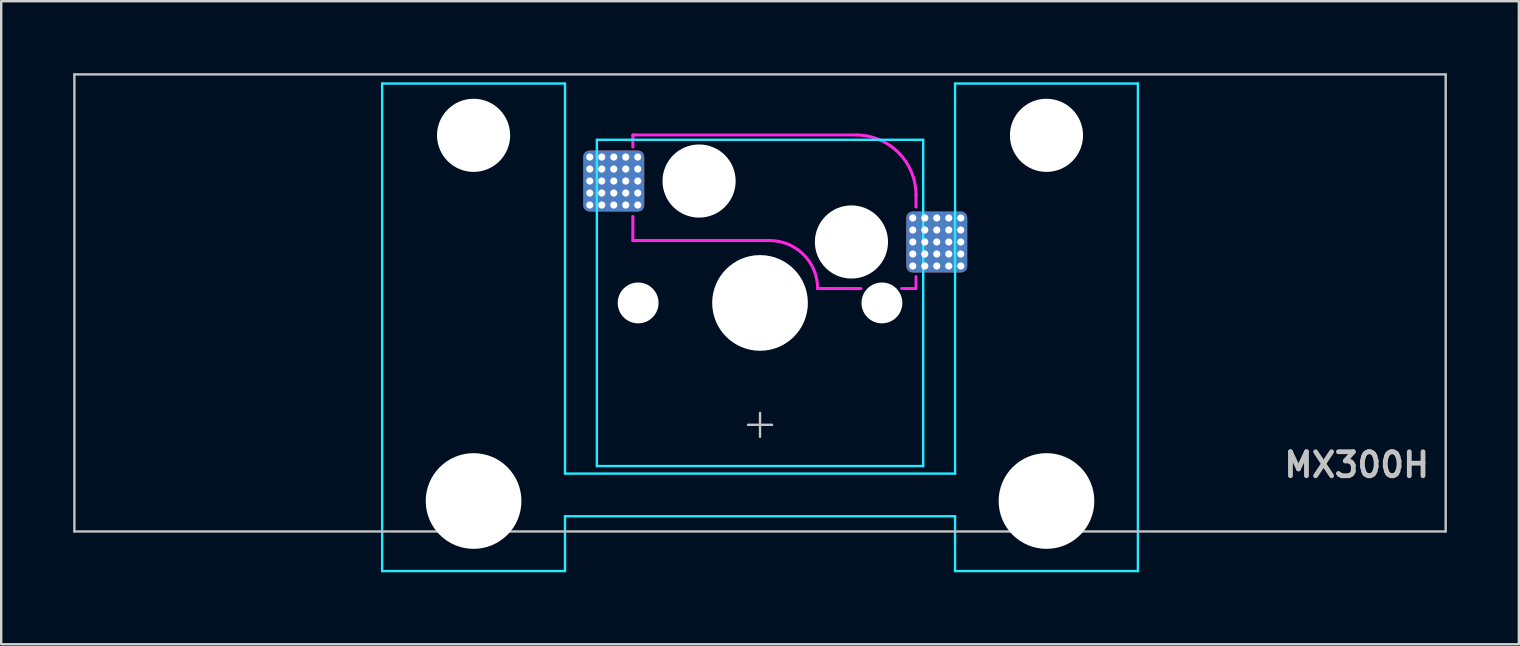
<source format=kicad_pcb>
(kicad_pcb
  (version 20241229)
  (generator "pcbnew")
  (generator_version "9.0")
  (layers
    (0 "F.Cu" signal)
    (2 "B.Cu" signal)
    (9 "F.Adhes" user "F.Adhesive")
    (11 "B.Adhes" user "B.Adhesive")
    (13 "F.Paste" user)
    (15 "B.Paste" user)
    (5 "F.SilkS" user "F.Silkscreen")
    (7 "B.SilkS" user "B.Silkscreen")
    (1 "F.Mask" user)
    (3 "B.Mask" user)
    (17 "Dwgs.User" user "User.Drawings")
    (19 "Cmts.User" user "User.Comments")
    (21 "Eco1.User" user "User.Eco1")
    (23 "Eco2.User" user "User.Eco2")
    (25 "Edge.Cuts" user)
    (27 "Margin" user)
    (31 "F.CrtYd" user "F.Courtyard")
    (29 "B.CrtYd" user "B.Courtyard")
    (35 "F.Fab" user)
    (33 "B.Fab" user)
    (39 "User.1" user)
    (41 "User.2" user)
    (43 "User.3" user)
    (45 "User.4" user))
  (footprint "MX300H"
    (layer "F.Cu")
    (at 28.625 9.575)
    (property "Reference" "MX300H" (at 28 6.75 0) (layer "Dwgs.User") (effects (font (size 1 1) (thickness 0.2)) (justify right)))
    (attr smd)
    (fp_line (start -28.575 -9.525) (end -28.575 9.525) (stroke (width 0.1) (type solid)) (layer "Dwgs.User"))
    (fp_line (start -28.575 -9.525) (end 28.575 -9.525) (stroke (width 0.1) (type solid)) (layer "Dwgs.User"))
    (fp_line (start -28.575 9.525) (end 28.575 9.525) (stroke (width 0.1) (type solid)) (layer "Dwgs.User"))
    (fp_line (start -0.5 5.08) (end 0.5 5.08) (stroke (width 0.1) (type solid)) (layer "Dwgs.User"))
    (fp_line (start 0 4.58) (end 0 5.58) (stroke (width 0.1) (type solid)) (layer "Dwgs.User"))
    (fp_line (start 28.575 -9.525) (end 28.575 9.525) (stroke (width 0.1) (type solid)) (layer "Dwgs.User"))
    (fp_line (start -15.438 -5.485) (end -15.438 8.515) (stroke (width 0.1) (type solid)) (layer "Eco1.User"))
    (fp_line (start -14.938 -5.985) (end -8.938 -5.985) (stroke (width 0.1) (type solid)) (layer "Eco1.User"))
    (fp_line (start -8.938 9.015) (end -14.938 9.015) (stroke (width 0.1) (type solid)) (layer "Eco1.User"))
    (fp_line (start -8.438 8.515) (end -8.438 -5.485) (stroke (width 0.1) (type solid)) (layer "Eco1.User"))
    (fp_line (start -7 -6.5) (end -7 6.5) (stroke (width 0.1) (type solid)) (layer "Eco1.User"))
    (fp_line (start -6.5 7) (end 6.5 7) (stroke (width 0.1) (type solid)) (layer "Eco1.User"))
    (fp_line (start 6.5 -7) (end -6.5 -7) (stroke (width 0.1) (type solid)) (layer "Eco1.User"))
    (fp_line (start 7 6.5) (end 7 -6.5) (stroke (width 0.1) (type solid)) (layer "Eco1.User"))
    (fp_line (start 8.438 -5.485) (end 8.438 8.515) (stroke (width 0.1) (type solid)) (layer "Eco1.User"))
    (fp_line (start 8.938 -5.985) (end 14.938 -5.985) (stroke (width 0.1) (type solid)) (layer "Eco1.User"))
    (fp_line (start 14.938 9.015) (end 8.938 9.015) (stroke (width 0.1) (type solid)) (layer "Eco1.User"))
    (fp_line (start 15.438 8.515) (end 15.438 -5.485) (stroke (width 0.1) (type solid)) (layer "Eco1.User"))
    (fp_arc (start -15.438 -5.485) (mid -15.291553 -5.838553) (end -14.938 -5.985) (stroke (width 0.1) (type solid)) (layer "Eco1.User"))
    (fp_arc (start -14.938 9.015) (mid -15.291553 8.868553) (end -15.438 8.515) (stroke (width 0.1) (type solid)) (layer "Eco1.User"))
    (fp_arc (start -8.938 -5.985) (mid -8.584447 -5.838553) (end -8.438 -5.485) (stroke (width 0.1) (type solid)) (layer "Eco1.User"))
    (fp_arc (start -8.438 8.515) (mid -8.584447 8.868553) (end -8.938 9.015) (stroke (width 0.1) (type solid)) (layer "Eco1.User"))
    (fp_arc (start -7 -6.5) (mid -6.853553 -6.853553) (end -6.5 -7) (stroke (width 0.1) (type solid)) (layer "Eco1.User"))
    (fp_arc (start -6.5 7) (mid -6.853553 6.853553) (end -7 6.5) (stroke (width 0.1) (type solid)) (layer "Eco1.User"))
    (fp_arc (start 6.5 -7) (mid 6.853553 -6.853553) (end 7 -6.5) (stroke (width 0.1) (type solid)) (layer "Eco1.User"))
    (fp_arc (start 7 6.5) (mid 6.853553 6.853553) (end 6.5 7) (stroke (width 0.1) (type solid)) (layer "Eco1.User"))
    (fp_arc (start 8.438 -5.485) (mid 8.584447 -5.838553) (end 8.938 -5.985) (stroke (width 0.1) (type solid)) (layer "Eco1.User"))
    (fp_arc (start 8.938 9.015) (mid 8.584447 8.868553) (end 8.438 8.515) (stroke (width 0.1) (type solid)) (layer "Eco1.User"))
    (fp_arc (start 14.938 -5.985) (mid 15.291553 -5.838553) (end 15.438 -5.485) (stroke (width 0.1) (type solid)) (layer "Eco1.User"))
    (fp_arc (start 15.438 8.515) (mid 15.291553 8.868553) (end 14.938 9.015) (stroke (width 0.1) (type solid)) (layer "Eco1.User"))
    (fp_line (start -15.748 -9.144) (end -15.748 11.176) (stroke (width 0.1) (type solid)) (layer "B.CrtYd"))
    (fp_line (start -15.748 11.176) (end -8.128 11.176) (stroke (width 0.1) (type solid)) (layer "B.CrtYd"))
    (fp_line (start -8.128 -9.144) (end -15.748 -9.144) (stroke (width 0.1) (type solid)) (layer "B.CrtYd"))
    (fp_line (start -8.128 7.112) (end -8.128 -9.144) (stroke (width 0.1) (type solid)) (layer "B.CrtYd"))
    (fp_line (start -8.128 7.112) (end 8.128 7.112) (stroke (width 0.1) (type solid)) (layer "B.CrtYd"))
    (fp_line (start -8.128 8.89) (end -8.128 11.176) (stroke (width 0.1) (type solid)) (layer "B.CrtYd"))
    (fp_line (start -8.128 8.89) (end 8.128 8.89) (stroke (width 0.1) (type solid)) (layer "B.CrtYd"))
    (fp_line (start -6.8 -6.8) (end -6.8 6.8) (stroke (width 0.1) (type solid)) (layer "B.CrtYd"))
    (fp_line (start 6.8 -6.8) (end -6.8 -6.8) (stroke (width 0.1) (type solid)) (layer "B.CrtYd"))
    (fp_line (start 6.8 -6.8) (end 6.8 6.8) (stroke (width 0.1) (type solid)) (layer "B.CrtYd"))
    (fp_line (start 6.8 6.8) (end -6.8 6.8) (stroke (width 0.1) (type solid)) (layer "B.CrtYd"))
    (fp_line (start 8.128 -9.144) (end 15.748 -9.144) (stroke (width 0.1) (type solid)) (layer "B.CrtYd"))
    (fp_line (start 8.128 7.112) (end 8.128 -9.142) (stroke (width 0.1) (type solid)) (layer "B.CrtYd"))
    (fp_line (start 8.128 8.89) (end 8.128 11.176) (stroke (width 0.1) (type solid)) (layer "B.CrtYd"))
    (fp_line (start 15.748 11.176) (end 8.128 11.176) (stroke (width 0.1) (type solid)) (layer "B.CrtYd"))
    (fp_line (start 15.748 11.176) (end 15.748 -9.144) (stroke (width 0.1) (type solid)) (layer "B.CrtYd"))
    (fp_line (start -5.3 -7) (end -5.3 -6.5) (stroke (width 0.127) (type solid)) (layer "F.CrtYd"))
    (fp_line (start -5.3 -3.6) (end -5.3 -2.6) (stroke (width 0.127) (type solid)) (layer "F.CrtYd"))
    (fp_line (start -5.2 -7) (end -5.3 -7) (stroke (width 0.12) (type solid)) (layer "F.CrtYd"))
    (fp_line (start 0.4 -2.6) (end -5.3 -2.6) (stroke (width 0.127) (type solid)) (layer "F.CrtYd"))
    (fp_line (start 4 -7) (end -5.2 -7) (stroke (width 0.12) (type solid)) (layer "F.CrtYd"))
    (fp_line (start 4.2 -0.6) (end 2.4 -0.6) (stroke (width 0.127) (type solid)) (layer "F.CrtYd"))
    (fp_line (start 6.5 -4.5) (end 6.5 -4) (stroke (width 0.127) (type solid)) (layer "F.CrtYd"))
    (fp_line (start 6.5 -1.1) (end 6.5 -0.6) (stroke (width 0.12) (type solid)) (layer "F.CrtYd"))
    (fp_line (start 6.5 -0.6) (end 5.9 -0.6) (stroke (width 0.12) (type solid)) (layer "F.CrtYd"))
    (fp_arc (start 0.4 -2.6) (mid 1.814214 -2.014214) (end 2.4 -0.6) (stroke (width 0.127) (type solid)) (layer "F.CrtYd"))
    (fp_arc (start 4 -7) (mid 5.767767 -6.267767) (end 6.5 -4.5) (stroke (width 0.127) (type solid)) (layer "F.CrtYd"))
    (pad "" np_thru_hole circle (at -11.938 -6.985) (size 3.048 3.048) (drill 3.048) (layers "*.Cu" "*.Mask"))
    (pad "" np_thru_hole circle (at -11.938 8.255) (size 3.988 3.988) (drill 3.988) (layers "*.Cu" "*.Mask"))
    (pad "" np_thru_hole circle (at -5.08 0) (size 1.702 1.702) (drill 1.702) (layers "*.Cu" "*.Mask"))
    (pad "" np_thru_hole circle (at -2.54 -5.08) (size 3.048 3.048) (drill 3.048) (layers "*.Cu" "*.Mask"))
    (pad "" np_thru_hole circle (at 0 0) (size 3.988 3.988) (drill 3.988) (layers "*.Cu" "*.Mask"))
    (pad "" np_thru_hole circle (at 3.81 -2.54) (size 3.048 3.048) (drill 3.048) (layers "*.Cu" "*.Mask"))
    (pad "" np_thru_hole circle (at 5.08 0) (size 1.702 1.702) (drill 1.702) (layers "*.Cu" "*.Mask"))
    (pad "" np_thru_hole circle (at 11.938 -6.985) (size 3.048 3.048) (drill 3.048) (layers "*.Cu" "*.Mask"))
    (pad "" np_thru_hole circle (at 11.938 8.255) (size 3.988 3.988) (drill 3.988) (layers "*.Cu" "*.Mask"))
    (pad "1" thru_hole circle (at -7.096 -6.08) (size 0.3 0.3) (drill 0.3) (layers "*.Cu" "F.Mask"))
    (pad "1" thru_hole circle (at -7.096 -5.58) (size 0.3 0.3) (drill 0.3) (layers "*.Cu" "F.Mask"))
    (pad "1" thru_hole circle (at -7.096 -5.08) (size 0.3 0.3) (drill 0.3) (layers "*.Cu" "F.Mask"))
    (pad "1" thru_hole circle (at -7.096 -4.58) (size 0.3 0.3) (drill 0.3) (layers "*.Cu" "F.Mask"))
    (pad "1" thru_hole circle (at -7.096 -4.08) (size 0.3 0.3) (drill 0.3) (layers "*.Cu" "F.Mask"))
    (pad "1" thru_hole circle (at -6.596 -6.08) (size 0.3 0.3) (drill 0.3) (layers "*.Cu" "F.Mask"))
    (pad "1" thru_hole circle (at -6.596 -5.58) (size 0.3 0.3) (drill 0.3) (layers "*.Cu" "F.Mask"))
    (pad "1" thru_hole circle (at -6.596 -5.08) (size 0.3 0.3) (drill 0.3) (layers "*.Cu" "F.Mask"))
    (pad "1" thru_hole circle (at -6.596 -4.58) (size 0.3 0.3) (drill 0.3) (layers "*.Cu" "F.Mask"))
    (pad "1" thru_hole circle (at -6.596 -4.08) (size 0.3 0.3) (drill 0.3) (layers "*.Cu" "F.Mask"))
    (pad "1" thru_hole circle (at -6.096 -6.08) (size 0.3 0.3) (drill 0.3) (layers "*.Cu" "F.Mask"))
    (pad "1" thru_hole circle (at -6.096 -5.58) (size 0.3 0.3) (drill 0.3) (layers "*.Cu" "F.Mask"))
    (pad "1" thru_hole circle (at -6.096 -5.08) (size 0.3 0.3) (drill 0.3) (layers "*.Cu" "F.Mask"))
    (pad "1" smd roundrect (at -6.096 -5.08) (size 2.54 2.54) (layers "F.Cu" "F.Mask") (roundrect_rratio 0.1))
    (pad "1" smd roundrect (at -6.096 -5.08) (size 2.54 2.54) (layers "B.Cu") (roundrect_rratio 0.1))
    (pad "1" thru_hole circle (at -6.096 -4.58) (size 0.3 0.3) (drill 0.3) (layers "*.Cu" "F.Mask"))
    (pad "1" thru_hole circle (at -6.096 -4.08) (size 0.3 0.3) (drill 0.3) (layers "*.Cu" "F.Mask"))
    (pad "1" thru_hole circle (at -5.596 -6.08) (size 0.3 0.3) (drill 0.3) (layers "*.Cu" "F.Mask"))
    (pad "1" thru_hole circle (at -5.596 -5.58) (size 0.3 0.3) (drill 0.3) (layers "*.Cu" "F.Mask"))
    (pad "1" thru_hole circle (at -5.596 -5.08) (size 0.3 0.3) (drill 0.3) (layers "*.Cu" "F.Mask"))
    (pad "1" thru_hole circle (at -5.596 -4.58) (size 0.3 0.3) (drill 0.3) (layers "*.Cu" "F.Mask"))
    (pad "1" thru_hole circle (at -5.596 -4.08) (size 0.3 0.3) (drill 0.3) (layers "*.Cu" "F.Mask"))
    (pad "1" thru_hole circle (at -5.096 -6.08) (size 0.3 0.3) (drill 0.3) (layers "*.Cu" "F.Mask"))
    (pad "1" thru_hole circle (at -5.096 -5.58) (size 0.3 0.3) (drill 0.3) (layers "*.Cu" "F.Mask"))
    (pad "1" thru_hole circle (at -5.096 -5.08) (size 0.3 0.3) (drill 0.3) (layers "*.Cu" "F.Mask"))
    (pad "1" thru_hole circle (at -5.096 -4.58) (size 0.3 0.3) (drill 0.3) (layers "*.Cu" "F.Mask"))
    (pad "1" thru_hole circle (at -5.096 -4.08) (size 0.3 0.3) (drill 0.3) (layers "*.Cu" "F.Mask"))
    (pad "2" thru_hole circle (at 6.366 -3.54) (size 0.3 0.3) (drill 0.3) (layers "*.Cu" "F.Mask"))
    (pad "2" thru_hole circle (at 6.366 -3.04) (size 0.3 0.3) (drill 0.3) (layers "*.Cu" "F.Mask"))
    (pad "2" thru_hole circle (at 6.366 -2.54) (size 0.3 0.3) (drill 0.3) (layers "*.Cu" "F.Mask"))
    (pad "2" thru_hole circle (at 6.366 -2.04) (size 0.3 0.3) (drill 0.3) (layers "*.Cu" "F.Mask"))
    (pad "2" thru_hole circle (at 6.366 -1.54) (size 0.3 0.3) (drill 0.3) (layers "*.Cu" "F.Mask"))
    (pad "2" thru_hole circle (at 6.866 -3.54) (size 0.3 0.3) (drill 0.3) (layers "*.Cu" "F.Mask"))
    (pad "2" thru_hole circle (at 6.866 -3.04) (size 0.3 0.3) (drill 0.3) (layers "*.Cu" "F.Mask"))
    (pad "2" thru_hole circle (at 6.866 -2.54) (size 0.3 0.3) (drill 0.3) (layers "*.Cu" "F.Mask"))
    (pad "2" thru_hole circle (at 6.866 -2.04) (size 0.3 0.3) (drill 0.3) (layers "*.Cu" "F.Mask"))
    (pad "2" thru_hole circle (at 6.866 -1.54) (size 0.3 0.3) (drill 0.3) (layers "*.Cu" "F.Mask"))
    (pad "2" thru_hole circle (at 7.366 -3.54) (size 0.3 0.3) (drill 0.3) (layers "*.Cu" "F.Mask"))
    (pad "2" thru_hole circle (at 7.366 -3.04) (size 0.3 0.3) (drill 0.3) (layers "*.Cu" "F.Mask"))
    (pad "2" thru_hole circle (at 7.366 -2.54) (size 0.3 0.3) (drill 0.3) (layers "*.Cu" "F.Mask"))
    (pad "2" smd roundrect (at 7.366 -2.54) (size 2.54 2.54) (layers "F.Cu" "F.Mask") (roundrect_rratio 0.1))
    (pad "2" smd roundrect (at 7.366 -2.54) (size 2.54 2.54) (layers "B.Cu") (roundrect_rratio 0.1))
    (pad "2" thru_hole circle (at 7.366 -2.04) (size 0.3 0.3) (drill 0.3) (layers "*.Cu" "F.Mask"))
    (pad "2" thru_hole circle (at 7.366 -1.54) (size 0.3 0.3) (drill 0.3) (layers "*.Cu" "F.Mask"))
    (pad "2" thru_hole circle (at 7.866 -3.54) (size 0.3 0.3) (drill 0.3) (layers "*.Cu" "F.Mask"))
    (pad "2" thru_hole circle (at 7.866 -3.04) (size 0.3 0.3) (drill 0.3) (layers "*.Cu" "F.Mask"))
    (pad "2" thru_hole circle (at 7.866 -2.54) (size 0.3 0.3) (drill 0.3) (layers "*.Cu" "F.Mask"))
    (pad "2" thru_hole circle (at 7.866 -2.04) (size 0.3 0.3) (drill 0.3) (layers "*.Cu" "F.Mask"))
    (pad "2" thru_hole circle (at 7.866 -1.54) (size 0.3 0.3) (drill 0.3) (layers "*.Cu" "F.Mask"))
    (pad "2" thru_hole circle (at 8.366 -3.54) (size 0.3 0.3) (drill 0.3) (layers "*.Cu" "F.Mask"))
    (pad "2" thru_hole circle (at 8.366 -3.04) (size 0.3 0.3) (drill 0.3) (layers "*.Cu" "F.Mask"))
    (pad "2" thru_hole circle (at 8.366 -2.54) (size 0.3 0.3) (drill 0.3) (layers "*.Cu" "F.Mask"))
    (pad "2" thru_hole circle (at 8.366 -2.04) (size 0.3 0.3) (drill 0.3) (layers "*.Cu" "F.Mask"))
    (pad "2" thru_hole circle (at 8.366 -1.54) (size 0.3 0.3) (drill 0.3) (layers "*.Cu" "F.Mask")))
  (gr_rect
    (start -3 -3)
    (end 60.25 23.801)
    (stroke (width 0.1) (type default))
    (fill no)
    (layer "Edge.Cuts")))
</source>
